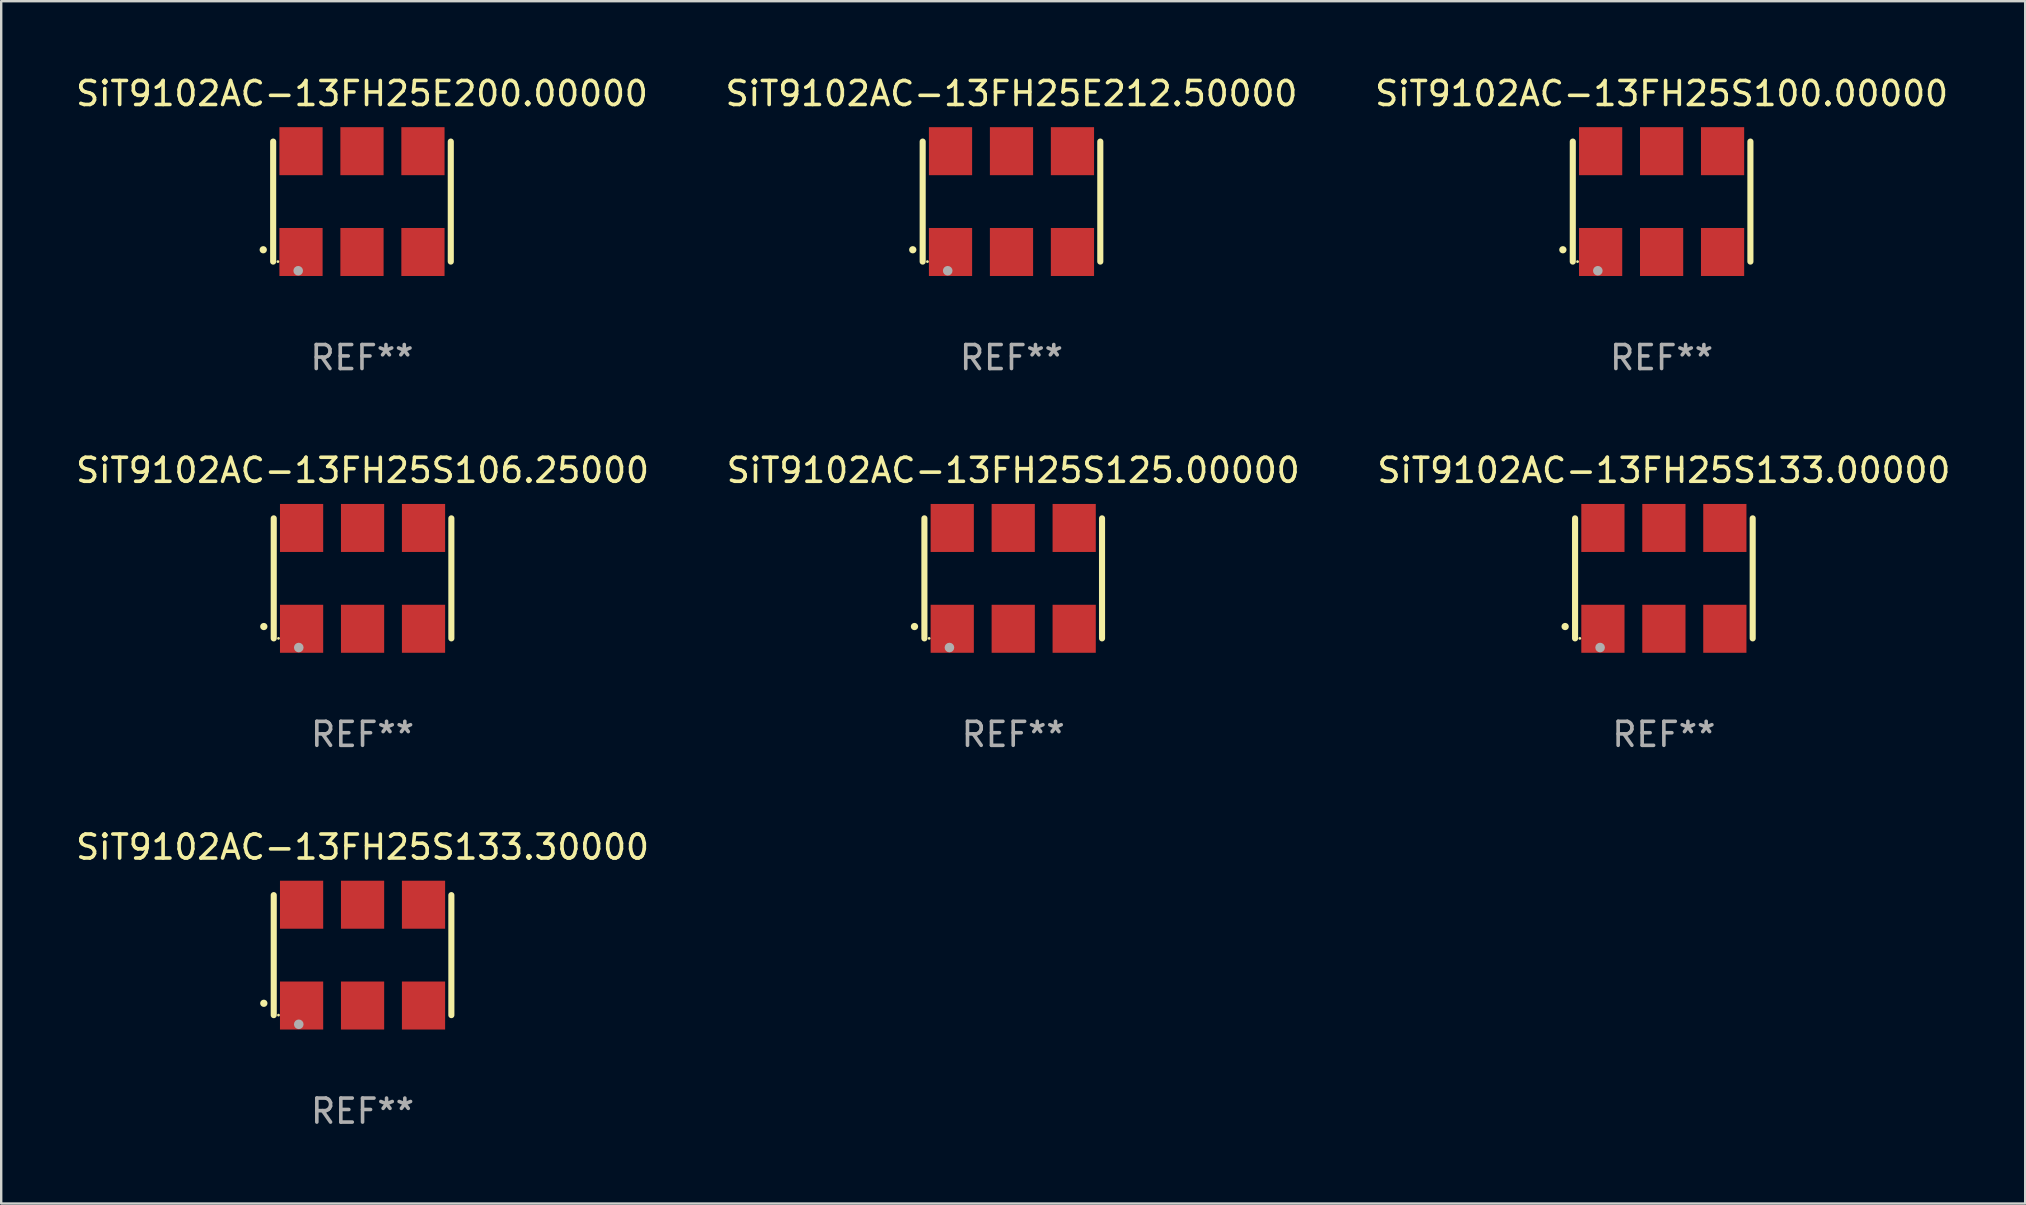
<source format=kicad_pcb>
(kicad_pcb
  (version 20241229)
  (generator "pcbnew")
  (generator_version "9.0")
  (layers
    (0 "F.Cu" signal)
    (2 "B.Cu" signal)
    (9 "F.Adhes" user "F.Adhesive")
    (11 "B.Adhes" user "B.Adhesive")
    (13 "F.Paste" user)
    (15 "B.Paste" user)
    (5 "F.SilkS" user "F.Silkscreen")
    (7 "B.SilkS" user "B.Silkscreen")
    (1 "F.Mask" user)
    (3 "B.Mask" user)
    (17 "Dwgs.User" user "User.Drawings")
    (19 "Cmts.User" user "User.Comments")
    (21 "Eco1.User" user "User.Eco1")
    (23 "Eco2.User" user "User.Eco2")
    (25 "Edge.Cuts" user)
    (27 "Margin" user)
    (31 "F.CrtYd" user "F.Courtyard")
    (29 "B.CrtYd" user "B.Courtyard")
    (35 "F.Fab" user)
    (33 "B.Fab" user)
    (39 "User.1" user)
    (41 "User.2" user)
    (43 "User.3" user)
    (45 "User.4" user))
  (footprint "SiT9102AC-13FH25S125.00000"
    (layer "F.Cu")
    (at 39.161 21.045)
    (property "Reference" "SiT9102AC-13FH25S125.00000" (at 0 -4.5 0) (layer "F.SilkS") (effects (font (size 1 1) (thickness 0.15))))
    (attr through_hole)
    (fp_line (start -3.7 -2.5) (end -3.7 2.5) (stroke (width 0.254) (type solid)) (layer "F.SilkS"))
    (fp_line (start 3.7 -2.5) (end 3.7 2.5) (stroke (width 0.254) (type solid)) (layer "F.SilkS"))
    (fp_arc (start -4.114415 2.006604) (mid -4.113145 2.006599) (end -4.111875 2.006604) (stroke (width 0.3) (type solid)) (layer "F.SilkS"))
    (fp_circle (center -3.502 2.5) (end -3.472 2.5) (stroke (width 0.06) (type solid)) (fill no) (layer "F.SilkS"))
    (fp_circle (center -2.657 2.882) (end -2.557 2.882) (stroke (width 0.2) (type solid)) (fill no) (layer "F.Fab"))
    (fp_text user "REF**" (at 0 6.5 0) (layer "F.Fab") (effects (font (size 1 1) (thickness 0.15))))
    (pad "1" smd rect (at -2.54 2.1) (size 1.8 2) (layers "F.Cu" "F.Mask" "F.Paste"))
    (pad "2" smd rect (at 0.000394 2.1) (size 1.8 2) (layers "F.Cu" "F.Mask" "F.Paste"))
    (pad "3" smd rect (at 2.54 2.1) (size 1.8 2) (layers "F.Cu" "F.Mask" "F.Paste"))
    (pad "4" smd rect (at 2.54 -2.1) (size 1.8 2) (layers "F.Cu" "F.Mask" "F.Paste"))
    (pad "5" smd rect (at 0.000394 -2.1) (size 1.8 2) (layers "F.Cu" "F.Mask" "F.Paste"))
    (pad "6" smd rect (at -2.54 -2.1) (size 1.8 2) (layers "F.Cu" "F.Mask" "F.Paste")))
  (footprint "SiT9102AC-13FH25S133.30000"
    (layer "F.Cu")
    (at 12.054 36.741)
    (property "Reference" "SiT9102AC-13FH25S133.30000" (at 0 -4.5 0) (layer "F.SilkS") (effects (font (size 1 1) (thickness 0.15))))
    (attr through_hole)
    (fp_line (start -3.7 -2.5) (end -3.7 2.5) (stroke (width 0.254) (type solid)) (layer "F.SilkS"))
    (fp_line (start 3.7 -2.5) (end 3.7 2.5) (stroke (width 0.254) (type solid)) (layer "F.SilkS"))
    (fp_arc (start -4.114415 2.006604) (mid -4.113145 2.006599) (end -4.111875 2.006604) (stroke (width 0.3) (type solid)) (layer "F.SilkS"))
    (fp_circle (center -3.502 2.5) (end -3.472 2.5) (stroke (width 0.06) (type solid)) (fill no) (layer "F.SilkS"))
    (fp_circle (center -2.657 2.882) (end -2.557 2.882) (stroke (width 0.2) (type solid)) (fill no) (layer "F.Fab"))
    (fp_text user "REF**" (at 0 6.5 0) (layer "F.Fab") (effects (font (size 1 1) (thickness 0.15))))
    (pad "1" smd rect (at -2.54 2.1) (size 1.8 2) (layers "F.Cu" "F.Mask" "F.Paste"))
    (pad "2" smd rect (at 0.000394 2.1) (size 1.8 2) (layers "F.Cu" "F.Mask" "F.Paste"))
    (pad "3" smd rect (at 2.54 2.1) (size 1.8 2) (layers "F.Cu" "F.Mask" "F.Paste"))
    (pad "4" smd rect (at 2.54 -2.1) (size 1.8 2) (layers "F.Cu" "F.Mask" "F.Paste"))
    (pad "5" smd rect (at 0.000394 -2.1) (size 1.8 2) (layers "F.Cu" "F.Mask" "F.Paste"))
    (pad "6" smd rect (at -2.54 -2.1) (size 1.8 2) (layers "F.Cu" "F.Mask" "F.Paste")))
  (footprint "SiT9102AC-13FH25E200.00000"
    (layer "F.Cu")
    (at 12.03 5.348)
    (property "Reference" "SiT9102AC-13FH25E200.00000" (at 0 -4.5 0) (layer "F.SilkS") (effects (font (size 1 1) (thickness 0.15))))
    (attr through_hole)
    (fp_line (start -3.7 -2.5) (end -3.7 2.5) (stroke (width 0.254) (type solid)) (layer "F.SilkS"))
    (fp_line (start 3.7 -2.5) (end 3.7 2.5) (stroke (width 0.254) (type solid)) (layer "F.SilkS"))
    (fp_arc (start -4.114415 2.006604) (mid -4.113145 2.006599) (end -4.111875 2.006604) (stroke (width 0.3) (type solid)) (layer "F.SilkS"))
    (fp_circle (center -3.502 2.5) (end -3.472 2.5) (stroke (width 0.06) (type solid)) (fill no) (layer "F.SilkS"))
    (fp_circle (center -2.657 2.882) (end -2.557 2.882) (stroke (width 0.2) (type solid)) (fill no) (layer "F.Fab"))
    (fp_text user "REF**" (at 0 6.5 0) (layer "F.Fab") (effects (font (size 1 1) (thickness 0.15))))
    (pad "1" smd rect (at -2.54 2.1) (size 1.8 2) (layers "F.Cu" "F.Mask" "F.Paste"))
    (pad "2" smd rect (at 0.000394 2.1) (size 1.8 2) (layers "F.Cu" "F.Mask" "F.Paste"))
    (pad "3" smd rect (at 2.54 2.1) (size 1.8 2) (layers "F.Cu" "F.Mask" "F.Paste"))
    (pad "4" smd rect (at 2.54 -2.1) (size 1.8 2) (layers "F.Cu" "F.Mask" "F.Paste"))
    (pad "5" smd rect (at 0.000394 -2.1) (size 1.8 2) (layers "F.Cu" "F.Mask" "F.Paste"))
    (pad "6" smd rect (at -2.54 -2.1) (size 1.8 2) (layers "F.Cu" "F.Mask" "F.Paste")))
  (footprint "SiT9102AC-13FH25E212.50000"
    (layer "F.Cu")
    (at 39.089 5.348)
    (property "Reference" "SiT9102AC-13FH25E212.50000" (at 0 -4.5 0) (layer "F.SilkS") (effects (font (size 1 1) (thickness 0.15))))
    (attr through_hole)
    (fp_line (start -3.7 -2.5) (end -3.7 2.5) (stroke (width 0.254) (type solid)) (layer "F.SilkS"))
    (fp_line (start 3.7 -2.5) (end 3.7 2.5) (stroke (width 0.254) (type solid)) (layer "F.SilkS"))
    (fp_arc (start -4.114415 2.006604) (mid -4.113145 2.006599) (end -4.111875 2.006604) (stroke (width 0.3) (type solid)) (layer "F.SilkS"))
    (fp_circle (center -3.502 2.5) (end -3.472 2.5) (stroke (width 0.06) (type solid)) (fill no) (layer "F.SilkS"))
    (fp_circle (center -2.657 2.882) (end -2.557 2.882) (stroke (width 0.2) (type solid)) (fill no) (layer "F.Fab"))
    (fp_text user "REF**" (at 0 6.5 0) (layer "F.Fab") (effects (font (size 1 1) (thickness 0.15))))
    (pad "1" smd rect (at -2.54 2.1) (size 1.8 2) (layers "F.Cu" "F.Mask" "F.Paste"))
    (pad "2" smd rect (at 0.000394 2.1) (size 1.8 2) (layers "F.Cu" "F.Mask" "F.Paste"))
    (pad "3" smd rect (at 2.54 2.1) (size 1.8 2) (layers "F.Cu" "F.Mask" "F.Paste"))
    (pad "4" smd rect (at 2.54 -2.1) (size 1.8 2) (layers "F.Cu" "F.Mask" "F.Paste"))
    (pad "5" smd rect (at 0.000394 -2.1) (size 1.8 2) (layers "F.Cu" "F.Mask" "F.Paste"))
    (pad "6" smd rect (at -2.54 -2.1) (size 1.8 2) (layers "F.Cu" "F.Mask" "F.Paste")))
  (footprint "SiT9102AC-13FH25S133.00000"
    (layer "F.Cu")
    (at 66.268 21.045)
    (property "Reference" "SiT9102AC-13FH25S133.00000" (at 0 -4.5 0) (layer "F.SilkS") (effects (font (size 1 1) (thickness 0.15))))
    (attr through_hole)
    (fp_line (start -3.7 -2.5) (end -3.7 2.5) (stroke (width 0.254) (type solid)) (layer "F.SilkS"))
    (fp_line (start 3.7 -2.5) (end 3.7 2.5) (stroke (width 0.254) (type solid)) (layer "F.SilkS"))
    (fp_arc (start -4.114415 2.006604) (mid -4.113145 2.006599) (end -4.111875 2.006604) (stroke (width 0.3) (type solid)) (layer "F.SilkS"))
    (fp_circle (center -3.502 2.5) (end -3.472 2.5) (stroke (width 0.06) (type solid)) (fill no) (layer "F.SilkS"))
    (fp_circle (center -2.657 2.882) (end -2.557 2.882) (stroke (width 0.2) (type solid)) (fill no) (layer "F.Fab"))
    (fp_text user "REF**" (at 0 6.5 0) (layer "F.Fab") (effects (font (size 1 1) (thickness 0.15))))
    (pad "1" smd rect (at -2.54 2.1) (size 1.8 2) (layers "F.Cu" "F.Mask" "F.Paste"))
    (pad "2" smd rect (at 0.000394 2.1) (size 1.8 2) (layers "F.Cu" "F.Mask" "F.Paste"))
    (pad "3" smd rect (at 2.54 2.1) (size 1.8 2) (layers "F.Cu" "F.Mask" "F.Paste"))
    (pad "4" smd rect (at 2.54 -2.1) (size 1.8 2) (layers "F.Cu" "F.Mask" "F.Paste"))
    (pad "5" smd rect (at 0.000394 -2.1) (size 1.8 2) (layers "F.Cu" "F.Mask" "F.Paste"))
    (pad "6" smd rect (at -2.54 -2.1) (size 1.8 2) (layers "F.Cu" "F.Mask" "F.Paste")))
  (footprint "SiT9102AC-13FH25S106.25000"
    (layer "F.Cu")
    (at 12.054 21.045)
    (property "Reference" "SiT9102AC-13FH25S106.25000" (at 0 -4.5 0) (layer "F.SilkS") (effects (font (size 1 1) (thickness 0.15))))
    (attr through_hole)
    (fp_line (start -3.7 -2.5) (end -3.7 2.5) (stroke (width 0.254) (type solid)) (layer "F.SilkS"))
    (fp_line (start 3.7 -2.5) (end 3.7 2.5) (stroke (width 0.254) (type solid)) (layer "F.SilkS"))
    (fp_arc (start -4.114415 2.006604) (mid -4.113145 2.006599) (end -4.111875 2.006604) (stroke (width 0.3) (type solid)) (layer "F.SilkS"))
    (fp_circle (center -3.502 2.5) (end -3.472 2.5) (stroke (width 0.06) (type solid)) (fill no) (layer "F.SilkS"))
    (fp_circle (center -2.657 2.882) (end -2.557 2.882) (stroke (width 0.2) (type solid)) (fill no) (layer "F.Fab"))
    (fp_text user "REF**" (at 0 6.5 0) (layer "F.Fab") (effects (font (size 1 1) (thickness 0.15))))
    (pad "1" smd rect (at -2.54 2.1) (size 1.8 2) (layers "F.Cu" "F.Mask" "F.Paste"))
    (pad "2" smd rect (at 0.000394 2.1) (size 1.8 2) (layers "F.Cu" "F.Mask" "F.Paste"))
    (pad "3" smd rect (at 2.54 2.1) (size 1.8 2) (layers "F.Cu" "F.Mask" "F.Paste"))
    (pad "4" smd rect (at 2.54 -2.1) (size 1.8 2) (layers "F.Cu" "F.Mask" "F.Paste"))
    (pad "5" smd rect (at 0.000394 -2.1) (size 1.8 2) (layers "F.Cu" "F.Mask" "F.Paste"))
    (pad "6" smd rect (at -2.54 -2.1) (size 1.8 2) (layers "F.Cu" "F.Mask" "F.Paste")))
  (footprint "SiT9102AC-13FH25S100.00000"
    (layer "F.Cu")
    (at 66.173 5.348)
    (property "Reference" "SiT9102AC-13FH25S100.00000" (at 0 -4.5 0) (layer "F.SilkS") (effects (font (size 1 1) (thickness 0.15))))
    (attr through_hole)
    (fp_line (start -3.7 -2.5) (end -3.7 2.5) (stroke (width 0.254) (type solid)) (layer "F.SilkS"))
    (fp_line (start 3.7 -2.5) (end 3.7 2.5) (stroke (width 0.254) (type solid)) (layer "F.SilkS"))
    (fp_arc (start -4.114415 2.006604) (mid -4.113145 2.006599) (end -4.111875 2.006604) (stroke (width 0.3) (type solid)) (layer "F.SilkS"))
    (fp_circle (center -3.502 2.5) (end -3.472 2.5) (stroke (width 0.06) (type solid)) (fill no) (layer "F.SilkS"))
    (fp_circle (center -2.657 2.882) (end -2.557 2.882) (stroke (width 0.2) (type solid)) (fill no) (layer "F.Fab"))
    (fp_text user "REF**" (at 0 6.5 0) (layer "F.Fab") (effects (font (size 1 1) (thickness 0.15))))
    (pad "1" smd rect (at -2.54 2.1) (size 1.8 2) (layers "F.Cu" "F.Mask" "F.Paste"))
    (pad "2" smd rect (at 0.000394 2.1) (size 1.8 2) (layers "F.Cu" "F.Mask" "F.Paste"))
    (pad "3" smd rect (at 2.54 2.1) (size 1.8 2) (layers "F.Cu" "F.Mask" "F.Paste"))
    (pad "4" smd rect (at 2.54 -2.1) (size 1.8 2) (layers "F.Cu" "F.Mask" "F.Paste"))
    (pad "5" smd rect (at 0.000394 -2.1) (size 1.8 2) (layers "F.Cu" "F.Mask" "F.Paste"))
    (pad "6" smd rect (at -2.54 -2.1) (size 1.8 2) (layers "F.Cu" "F.Mask" "F.Paste")))
  (gr_rect
    (start -3 -3)
    (end 81.321 47.09)
    (stroke (width 0.1) (type default))
    (fill no)
    (layer "Edge.Cuts")))
</source>
